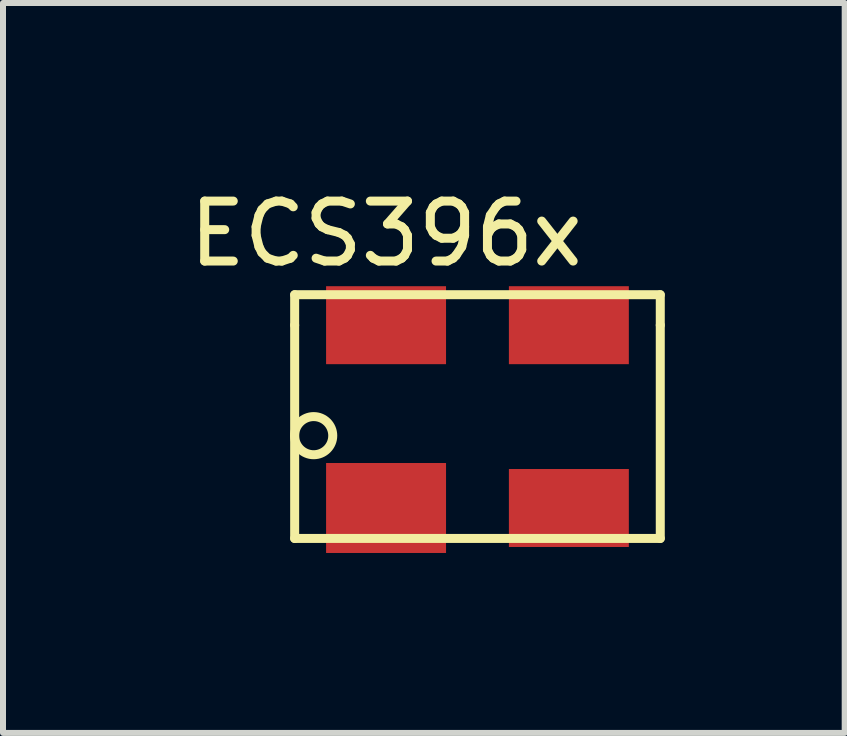
<source format=kicad_pcb>
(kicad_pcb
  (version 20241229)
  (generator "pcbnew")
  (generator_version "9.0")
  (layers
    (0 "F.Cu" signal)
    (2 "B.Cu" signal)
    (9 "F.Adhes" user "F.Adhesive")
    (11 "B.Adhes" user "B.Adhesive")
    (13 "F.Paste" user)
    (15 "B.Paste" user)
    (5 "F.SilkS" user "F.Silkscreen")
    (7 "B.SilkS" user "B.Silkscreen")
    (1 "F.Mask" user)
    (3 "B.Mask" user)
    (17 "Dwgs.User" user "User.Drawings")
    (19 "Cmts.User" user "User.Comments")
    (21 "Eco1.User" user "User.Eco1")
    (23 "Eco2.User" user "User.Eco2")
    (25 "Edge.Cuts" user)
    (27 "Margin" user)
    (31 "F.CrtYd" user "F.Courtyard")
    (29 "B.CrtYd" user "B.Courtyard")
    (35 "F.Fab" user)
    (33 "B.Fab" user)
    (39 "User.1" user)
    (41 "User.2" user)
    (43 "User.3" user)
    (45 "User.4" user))
  (footprint "ECS396x"
    (layer "F.Cu")
    (at 4.911 3.896)
    (property "Reference" "ECS396x" (at -1.524 -3.048 0) (layer "F.SilkS") (effects (font (size 1 1) (thickness 0.15))))
    (attr through_hole)
    (fp_line (start -3.048 -2.032) (end 3.048 -2.032) (stroke (width 0.15) (type solid)) (layer "F.SilkS"))
    (fp_line (start -3.048 -1.524) (end -3.048 -2.032) (stroke (width 0.15) (type solid)) (layer "F.SilkS"))
    (fp_line (start -3.048 -1.524) (end -3.048 2.032) (stroke (width 0.15) (type solid)) (layer "F.SilkS"))
    (fp_line (start -3.048 2.032) (end 3.048 2.032) (stroke (width 0.15) (type solid)) (layer "F.SilkS"))
    (fp_line (start 3.048 -2.032) (end 3.048 -1.524) (stroke (width 0.15) (type solid)) (layer "F.SilkS"))
    (fp_line (start 3.048 2.032) (end 3.048 -1.524) (stroke (width 0.15) (type solid)) (layer "F.SilkS"))
    (fp_circle (center -2.731 0.318) (end -2.413 0.318) (stroke (width 0.15) (type solid)) (fill no) (layer "F.SilkS"))
    (pad "1" smd rect (at -1.524 1.524) (size 2 1.5) (layers "F.Cu" "F.Mask" "F.Paste"))
    (pad "2" smd rect (at 1.524 1.524) (size 2 1.3) (layers "F.Cu" "F.Mask" "F.Paste"))
    (pad "3" smd rect (at 1.524 -1.524) (size 2 1.3) (layers "F.Cu" "F.Mask" "F.Paste"))
    (pad "4" smd rect (at -1.524 -1.524) (size 2 1.3) (layers "F.Cu" "F.Mask" "F.Paste")))
  (gr_rect
    (start -3 -3)
    (end 11.034 9.17)
    (stroke (width 0.1) (type default))
    (fill no)
    (layer "Edge.Cuts")))
</source>
